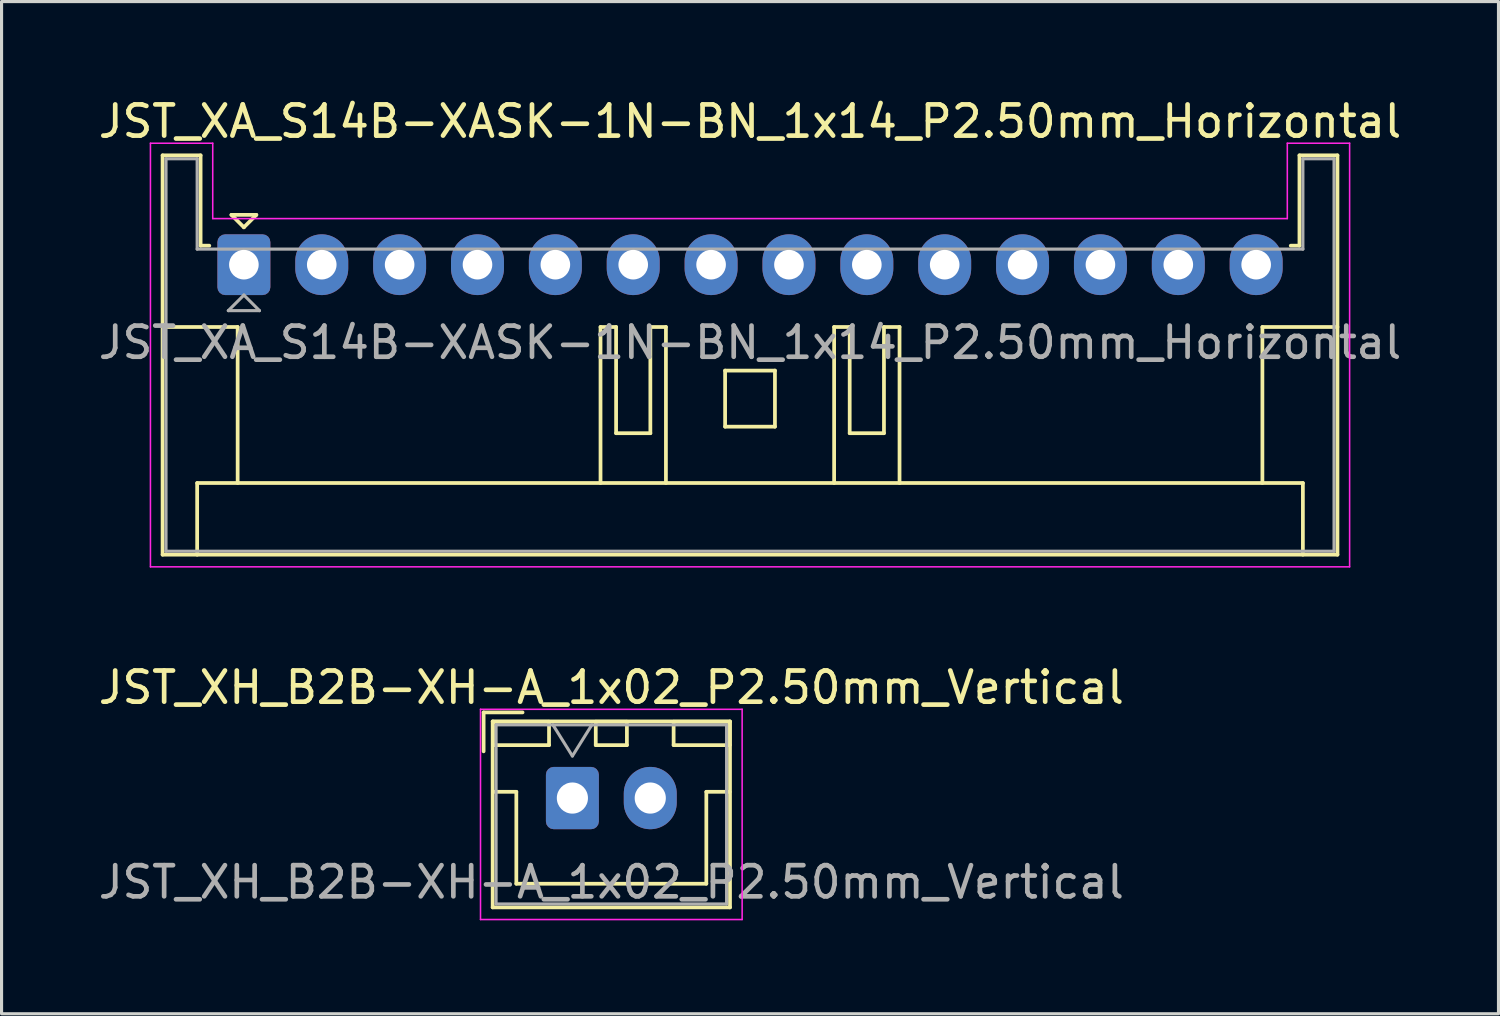
<source format=kicad_pcb>
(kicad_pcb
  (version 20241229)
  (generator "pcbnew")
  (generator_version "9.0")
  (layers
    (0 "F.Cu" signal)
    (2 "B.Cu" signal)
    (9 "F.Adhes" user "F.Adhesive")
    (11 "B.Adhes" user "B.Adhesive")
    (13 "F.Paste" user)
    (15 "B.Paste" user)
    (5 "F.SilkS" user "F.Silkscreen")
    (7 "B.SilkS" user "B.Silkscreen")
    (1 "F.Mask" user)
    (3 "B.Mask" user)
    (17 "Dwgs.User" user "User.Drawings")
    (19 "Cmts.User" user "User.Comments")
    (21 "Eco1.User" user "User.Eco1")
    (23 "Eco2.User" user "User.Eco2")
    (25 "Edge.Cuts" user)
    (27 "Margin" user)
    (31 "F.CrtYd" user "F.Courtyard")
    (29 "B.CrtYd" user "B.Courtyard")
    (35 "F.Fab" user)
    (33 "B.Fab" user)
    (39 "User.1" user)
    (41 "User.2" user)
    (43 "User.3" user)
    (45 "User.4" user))
  (footprint "JST_XH_B2B-XH-A_1x02_P2.50mm_Vertical"
    (layer "F.Cu")
    (at 15.327 22.572)
    (property "Reference" "JST_XH_B2B-XH-A_1x02_P2.50mm_Vertical" (at 1.25 -3.55 0) (layer "F.SilkS") (effects (font (size 1 1) (thickness 0.15))))
    (attr through_hole)
    (fp_line (start -2.85 -2.75) (end -2.85 -1.5) (stroke (width 0.12) (type solid)) (layer "F.SilkS"))
    (fp_line (start -2.56 -2.46) (end -2.56 3.51) (stroke (width 0.12) (type solid)) (layer "F.SilkS"))
    (fp_line (start -2.56 3.51) (end 5.06 3.51) (stroke (width 0.12) (type solid)) (layer "F.SilkS"))
    (fp_line (start -2.55 -2.45) (end -2.55 -1.7) (stroke (width 0.12) (type solid)) (layer "F.SilkS"))
    (fp_line (start -2.55 -1.7) (end -0.75 -1.7) (stroke (width 0.12) (type solid)) (layer "F.SilkS"))
    (fp_line (start -2.55 -0.2) (end -1.8 -0.2) (stroke (width 0.12) (type solid)) (layer "F.SilkS"))
    (fp_line (start -1.8 -0.2) (end -1.8 2.75) (stroke (width 0.12) (type solid)) (layer "F.SilkS"))
    (fp_line (start -1.8 2.75) (end 1.25 2.75) (stroke (width 0.12) (type solid)) (layer "F.SilkS"))
    (fp_line (start -1.6 -2.75) (end -2.85 -2.75) (stroke (width 0.12) (type solid)) (layer "F.SilkS"))
    (fp_line (start -0.75 -2.45) (end -2.55 -2.45) (stroke (width 0.12) (type solid)) (layer "F.SilkS"))
    (fp_line (start -0.75 -1.7) (end -0.75 -2.45) (stroke (width 0.12) (type solid)) (layer "F.SilkS"))
    (fp_line (start 0.75 -2.45) (end 0.75 -1.7) (stroke (width 0.12) (type solid)) (layer "F.SilkS"))
    (fp_line (start 0.75 -1.7) (end 1.75 -1.7) (stroke (width 0.12) (type solid)) (layer "F.SilkS"))
    (fp_line (start 1.75 -2.45) (end 0.75 -2.45) (stroke (width 0.12) (type solid)) (layer "F.SilkS"))
    (fp_line (start 1.75 -1.7) (end 1.75 -2.45) (stroke (width 0.12) (type solid)) (layer "F.SilkS"))
    (fp_line (start 3.25 -2.45) (end 3.25 -1.7) (stroke (width 0.12) (type solid)) (layer "F.SilkS"))
    (fp_line (start 3.25 -1.7) (end 5.05 -1.7) (stroke (width 0.12) (type solid)) (layer "F.SilkS"))
    (fp_line (start 4.3 -0.2) (end 4.3 2.75) (stroke (width 0.12) (type solid)) (layer "F.SilkS"))
    (fp_line (start 4.3 2.75) (end 1.25 2.75) (stroke (width 0.12) (type solid)) (layer "F.SilkS"))
    (fp_line (start 5.05 -2.45) (end 3.25 -2.45) (stroke (width 0.12) (type solid)) (layer "F.SilkS"))
    (fp_line (start 5.05 -1.7) (end 5.05 -2.45) (stroke (width 0.12) (type solid)) (layer "F.SilkS"))
    (fp_line (start 5.05 -0.2) (end 4.3 -0.2) (stroke (width 0.12) (type solid)) (layer "F.SilkS"))
    (fp_line (start 5.06 -2.46) (end -2.56 -2.46) (stroke (width 0.12) (type solid)) (layer "F.SilkS"))
    (fp_line (start 5.06 3.51) (end 5.06 -2.46) (stroke (width 0.12) (type solid)) (layer "F.SilkS"))
    (fp_line (start -2.95 -2.85) (end -2.95 3.9) (stroke (width 0.05) (type solid)) (layer "F.CrtYd"))
    (fp_line (start -2.95 3.9) (end 5.45 3.9) (stroke (width 0.05) (type solid)) (layer "F.CrtYd"))
    (fp_line (start 5.45 -2.85) (end -2.95 -2.85) (stroke (width 0.05) (type solid)) (layer "F.CrtYd"))
    (fp_line (start 5.45 3.9) (end 5.45 -2.85) (stroke (width 0.05) (type solid)) (layer "F.CrtYd"))
    (fp_line (start -2.45 -2.35) (end -2.45 3.4) (stroke (width 0.1) (type solid)) (layer "F.Fab"))
    (fp_line (start -2.45 3.4) (end 4.95 3.4) (stroke (width 0.1) (type solid)) (layer "F.Fab"))
    (fp_line (start -0.625 -2.35) (end 0 -1.35) (stroke (width 0.1) (type solid)) (layer "F.Fab"))
    (fp_line (start 0 -1.35) (end 0.625 -2.35) (stroke (width 0.1) (type solid)) (layer "F.Fab"))
    (fp_line (start 4.95 -2.35) (end -2.45 -2.35) (stroke (width 0.1) (type solid)) (layer "F.Fab"))
    (fp_line (start 4.95 3.4) (end 4.95 -2.35) (stroke (width 0.1) (type solid)) (layer "F.Fab"))
    (fp_text user "${REFERENCE}" (at 1.25 2.7 0) (layer "F.Fab") (effects (font (size 1 1) (thickness 0.15))))
    (pad "1" thru_hole roundrect (at 0 0) (size 1.7 2) (drill 1) (layers "*.Cu" "*.Mask") (roundrect_rratio 0.147))
    (pad "2" thru_hole oval (at 2.5 0) (size 1.7 2) (drill 1) (layers "*.Cu" "*.Mask")))
  (footprint "JST_XA_S14B-XASK-1N-BN_1x14_P2.50mm_Horizontal"
    (layer "F.Cu")
    (at 4.78 5.448)
    (property "Reference" "JST_XA_S14B-XASK-1N-BN_1x14_P2.50mm_Horizontal" (at 16.25 -4.6 0) (layer "F.SilkS") (effects (font (size 1 1) (thickness 0.15))))
    (attr through_hole)
    (fp_line (start -2.61 -3.51) (end -2.61 9.31) (stroke (width 0.12) (type solid)) (layer "F.SilkS"))
    (fp_line (start -2.61 9.31) (end 35.11 9.31) (stroke (width 0.12) (type solid)) (layer "F.SilkS"))
    (fp_line (start -1.5 7.01) (end 34 7.01) (stroke (width 0.12) (type solid)) (layer "F.SilkS"))
    (fp_line (start -1.5 9.31) (end -1.5 7.01) (stroke (width 0.12) (type solid)) (layer "F.SilkS"))
    (fp_line (start -1.39 -3.51) (end -2.61 -3.51) (stroke (width 0.12) (type solid)) (layer "F.SilkS"))
    (fp_line (start -1.39 -0.61) (end -1.39 -3.51) (stroke (width 0.12) (type solid)) (layer "F.SilkS"))
    (fp_line (start -1.11 -0.61) (end -1.39 -0.61) (stroke (width 0.12) (type solid)) (layer "F.SilkS"))
    (fp_line (start -0.4 -1.6) (end 0.4 -1.6) (stroke (width 0.12) (type solid)) (layer "F.SilkS"))
    (fp_line (start -0.2 2) (end -2.61 2) (stroke (width 0.12) (type solid)) (layer "F.SilkS"))
    (fp_line (start -0.2 7.01) (end -0.2 2) (stroke (width 0.12) (type solid)) (layer "F.SilkS"))
    (fp_line (start 0 -1.2) (end -0.4 -1.6) (stroke (width 0.12) (type solid)) (layer "F.SilkS"))
    (fp_line (start 0.4 -1.6) (end 0 -1.2) (stroke (width 0.12) (type solid)) (layer "F.SilkS"))
    (fp_line (start 11.45 2) (end 11.45 7.01) (stroke (width 0.12) (type solid)) (layer "F.SilkS"))
    (fp_line (start 11.95 2) (end 11.45 2) (stroke (width 0.12) (type solid)) (layer "F.SilkS"))
    (fp_line (start 11.95 5.41) (end 11.95 2) (stroke (width 0.12) (type solid)) (layer "F.SilkS"))
    (fp_line (start 13.05 2) (end 13.05 5.41) (stroke (width 0.12) (type solid)) (layer "F.SilkS"))
    (fp_line (start 13.05 5.41) (end 11.95 5.41) (stroke (width 0.12) (type solid)) (layer "F.SilkS"))
    (fp_line (start 13.55 2) (end 13.05 2) (stroke (width 0.12) (type solid)) (layer "F.SilkS"))
    (fp_line (start 13.55 7.01) (end 13.55 2) (stroke (width 0.12) (type solid)) (layer "F.SilkS"))
    (fp_line (start 15.45 3.4) (end 17.05 3.4) (stroke (width 0.12) (type solid)) (layer "F.SilkS"))
    (fp_line (start 15.45 5.2) (end 15.45 3.4) (stroke (width 0.12) (type solid)) (layer "F.SilkS"))
    (fp_line (start 17.05 3.4) (end 17.05 5.2) (stroke (width 0.12) (type solid)) (layer "F.SilkS"))
    (fp_line (start 17.05 5.2) (end 15.45 5.2) (stroke (width 0.12) (type solid)) (layer "F.SilkS"))
    (fp_line (start 18.95 2) (end 19.45 2) (stroke (width 0.12) (type solid)) (layer "F.SilkS"))
    (fp_line (start 18.95 7.01) (end 18.95 2) (stroke (width 0.12) (type solid)) (layer "F.SilkS"))
    (fp_line (start 19.45 2) (end 19.45 5.41) (stroke (width 0.12) (type solid)) (layer "F.SilkS"))
    (fp_line (start 19.45 5.41) (end 20.55 5.41) (stroke (width 0.12) (type solid)) (layer "F.SilkS"))
    (fp_line (start 20.55 2) (end 21.05 2) (stroke (width 0.12) (type solid)) (layer "F.SilkS"))
    (fp_line (start 20.55 5.41) (end 20.55 2) (stroke (width 0.12) (type solid)) (layer "F.SilkS"))
    (fp_line (start 21.05 2) (end 21.05 7.01) (stroke (width 0.12) (type solid)) (layer "F.SilkS"))
    (fp_line (start 32.7 2) (end 35.11 2) (stroke (width 0.12) (type solid)) (layer "F.SilkS"))
    (fp_line (start 32.7 7.01) (end 32.7 2) (stroke (width 0.12) (type solid)) (layer "F.SilkS"))
    (fp_line (start 33.89 -3.51) (end 33.89 -0.61) (stroke (width 0.12) (type solid)) (layer "F.SilkS"))
    (fp_line (start 33.89 -0.61) (end 33.61 -0.61) (stroke (width 0.12) (type solid)) (layer "F.SilkS"))
    (fp_line (start 34 7.01) (end 34 9.31) (stroke (width 0.12) (type solid)) (layer "F.SilkS"))
    (fp_line (start 35.11 -3.51) (end 33.89 -3.51) (stroke (width 0.12) (type solid)) (layer "F.SilkS"))
    (fp_line (start 35.11 9.31) (end 35.11 -3.51) (stroke (width 0.12) (type solid)) (layer "F.SilkS"))
    (fp_line (start -3 -3.9) (end -3 9.7) (stroke (width 0.05) (type solid)) (layer "F.CrtYd"))
    (fp_line (start -3 9.7) (end 35.5 9.7) (stroke (width 0.05) (type solid)) (layer "F.CrtYd"))
    (fp_line (start -1 -3.9) (end -3 -3.9) (stroke (width 0.05) (type solid)) (layer "F.CrtYd"))
    (fp_line (start -1 -1.48) (end -1 -3.9) (stroke (width 0.05) (type solid)) (layer "F.CrtYd"))
    (fp_line (start 33.5 -3.9) (end 33.5 -1.48) (stroke (width 0.05) (type solid)) (layer "F.CrtYd"))
    (fp_line (start 33.5 -1.48) (end -1 -1.48) (stroke (width 0.05) (type solid)) (layer "F.CrtYd"))
    (fp_line (start 35.5 -3.9) (end 33.5 -3.9) (stroke (width 0.05) (type solid)) (layer "F.CrtYd"))
    (fp_line (start 35.5 9.7) (end 35.5 -3.9) (stroke (width 0.05) (type solid)) (layer "F.CrtYd"))
    (fp_line (start -2.5 -3.4) (end -2.5 9.2) (stroke (width 0.1) (type solid)) (layer "F.Fab"))
    (fp_line (start -2.5 9.2) (end 35 9.2) (stroke (width 0.1) (type solid)) (layer "F.Fab"))
    (fp_line (start -1.5 -3.4) (end -2.5 -3.4) (stroke (width 0.1) (type solid)) (layer "F.Fab"))
    (fp_line (start -1.5 -0.5) (end -1.5 -3.4) (stroke (width 0.1) (type solid)) (layer "F.Fab"))
    (fp_line (start -0.5 1.475) (end 0.5 1.475) (stroke (width 0.1) (type solid)) (layer "F.Fab"))
    (fp_line (start 0 0.975) (end -0.5 1.475) (stroke (width 0.1) (type solid)) (layer "F.Fab"))
    (fp_line (start 0.5 1.475) (end 0 0.975) (stroke (width 0.1) (type solid)) (layer "F.Fab"))
    (fp_line (start 34 -3.4) (end 34 -0.5) (stroke (width 0.1) (type solid)) (layer "F.Fab"))
    (fp_line (start 34 -0.5) (end -1.5 -0.5) (stroke (width 0.1) (type solid)) (layer "F.Fab"))
    (fp_line (start 35 -3.4) (end 34 -3.4) (stroke (width 0.1) (type solid)) (layer "F.Fab"))
    (fp_line (start 35 9.2) (end 35 -3.4) (stroke (width 0.1) (type solid)) (layer "F.Fab"))
    (fp_text user "${REFERENCE}" (at 16.25 2.5 0) (layer "F.Fab") (effects (font (size 1 1) (thickness 0.15))))
    (pad "1" thru_hole roundrect (at 0 0) (size 1.7 1.95) (drill 0.95) (layers "*.Cu" "*.Mask") (roundrect_rratio 0.147))
    (pad "2" thru_hole oval (at 2.5 0) (size 1.7 1.95) (drill 0.95) (layers "*.Cu" "*.Mask"))
    (pad "3" thru_hole oval (at 5 0) (size 1.7 1.95) (drill 0.95) (layers "*.Cu" "*.Mask"))
    (pad "4" thru_hole oval (at 7.5 0) (size 1.7 1.95) (drill 0.95) (layers "*.Cu" "*.Mask"))
    (pad "5" thru_hole oval (at 10 0) (size 1.7 1.95) (drill 0.95) (layers "*.Cu" "*.Mask"))
    (pad "6" thru_hole oval (at 12.5 0) (size 1.7 1.95) (drill 0.95) (layers "*.Cu" "*.Mask"))
    (pad "7" thru_hole oval (at 15 0) (size 1.7 1.95) (drill 0.95) (layers "*.Cu" "*.Mask"))
    (pad "8" thru_hole oval (at 17.5 0) (size 1.7 1.95) (drill 0.95) (layers "*.Cu" "*.Mask"))
    (pad "9" thru_hole oval (at 20 0) (size 1.7 1.95) (drill 0.95) (layers "*.Cu" "*.Mask"))
    (pad "10" thru_hole oval (at 22.5 0) (size 1.7 1.95) (drill 0.95) (layers "*.Cu" "*.Mask"))
    (pad "11" thru_hole oval (at 25 0) (size 1.7 1.95) (drill 0.95) (layers "*.Cu" "*.Mask"))
    (pad "12" thru_hole oval (at 27.5 0) (size 1.7 1.95) (drill 0.95) (layers "*.Cu" "*.Mask"))
    (pad "13" thru_hole oval (at 30 0) (size 1.7 1.95) (drill 0.95) (layers "*.Cu" "*.Mask"))
    (pad "14" thru_hole oval (at 32.5 0) (size 1.7 1.95) (drill 0.95) (layers "*.Cu" "*.Mask")))
  (gr_rect
    (start -3 -3)
    (end 45.06 29.497)
    (stroke (width 0.1) (type default))
    (fill no)
    (layer "Edge.Cuts")))
</source>
